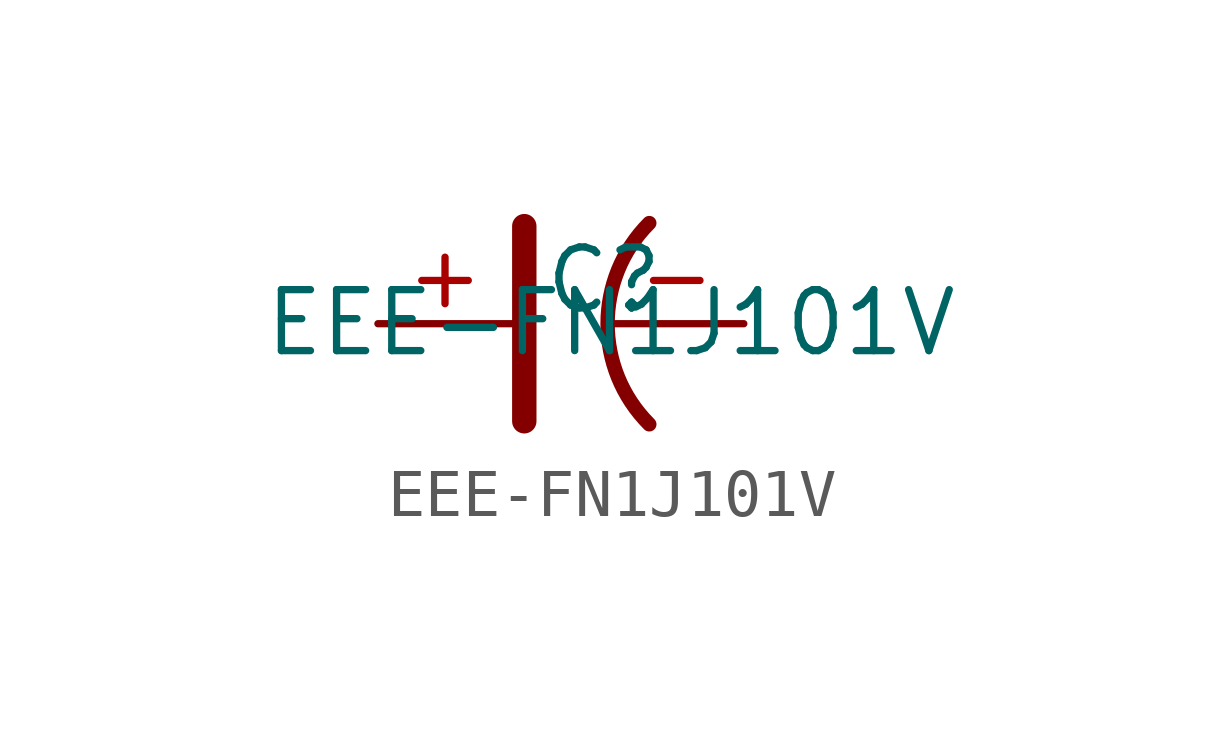
<source format=kicad_sym>
(kicad_symbol_lib
  (version 20220914)
  (generator kicad_symbol_editor)
  (symbol "EEE-FN1J101V"
    (property "Reference" "C"
      (at -0.381 1.651 0)
      (effects (font (size 1.27 1.27)) (justify left top)))
    (property "Value" "EEE-FN1J101V"
      (at -6.223 0.762 0)
      (effects (font (size 1.27 1.27)) (justify left top)))
    (symbol "EEE-FN1J101V_0_1"
      (polyline (pts (xy -0.762 -2.032) (xy -0.762 2.032)) (stroke (width 0.508) (type default)) (fill (type none))))
    (symbol "EEE-FN1J101V_1_1"
      (arc (start 1.8415 2.0955) (mid 0.9735 0) (end 1.8415 -2.0955) (stroke (width 0.3) (type default)) (fill (type none)))
      (pin passive line (at -3.81 0 0) (length 2.794) (name "~" (effects (font (size 1.27 1.27)))) (number "+" (effects (font (size 1.27 1.27)))))
      (pin passive line (at 3.81 0 180) (length 2.794) (name "~" (effects (font (size 1.27 1.27)))) (number "-" (effects (font (size 1.27 1.27))))))))
</source>
